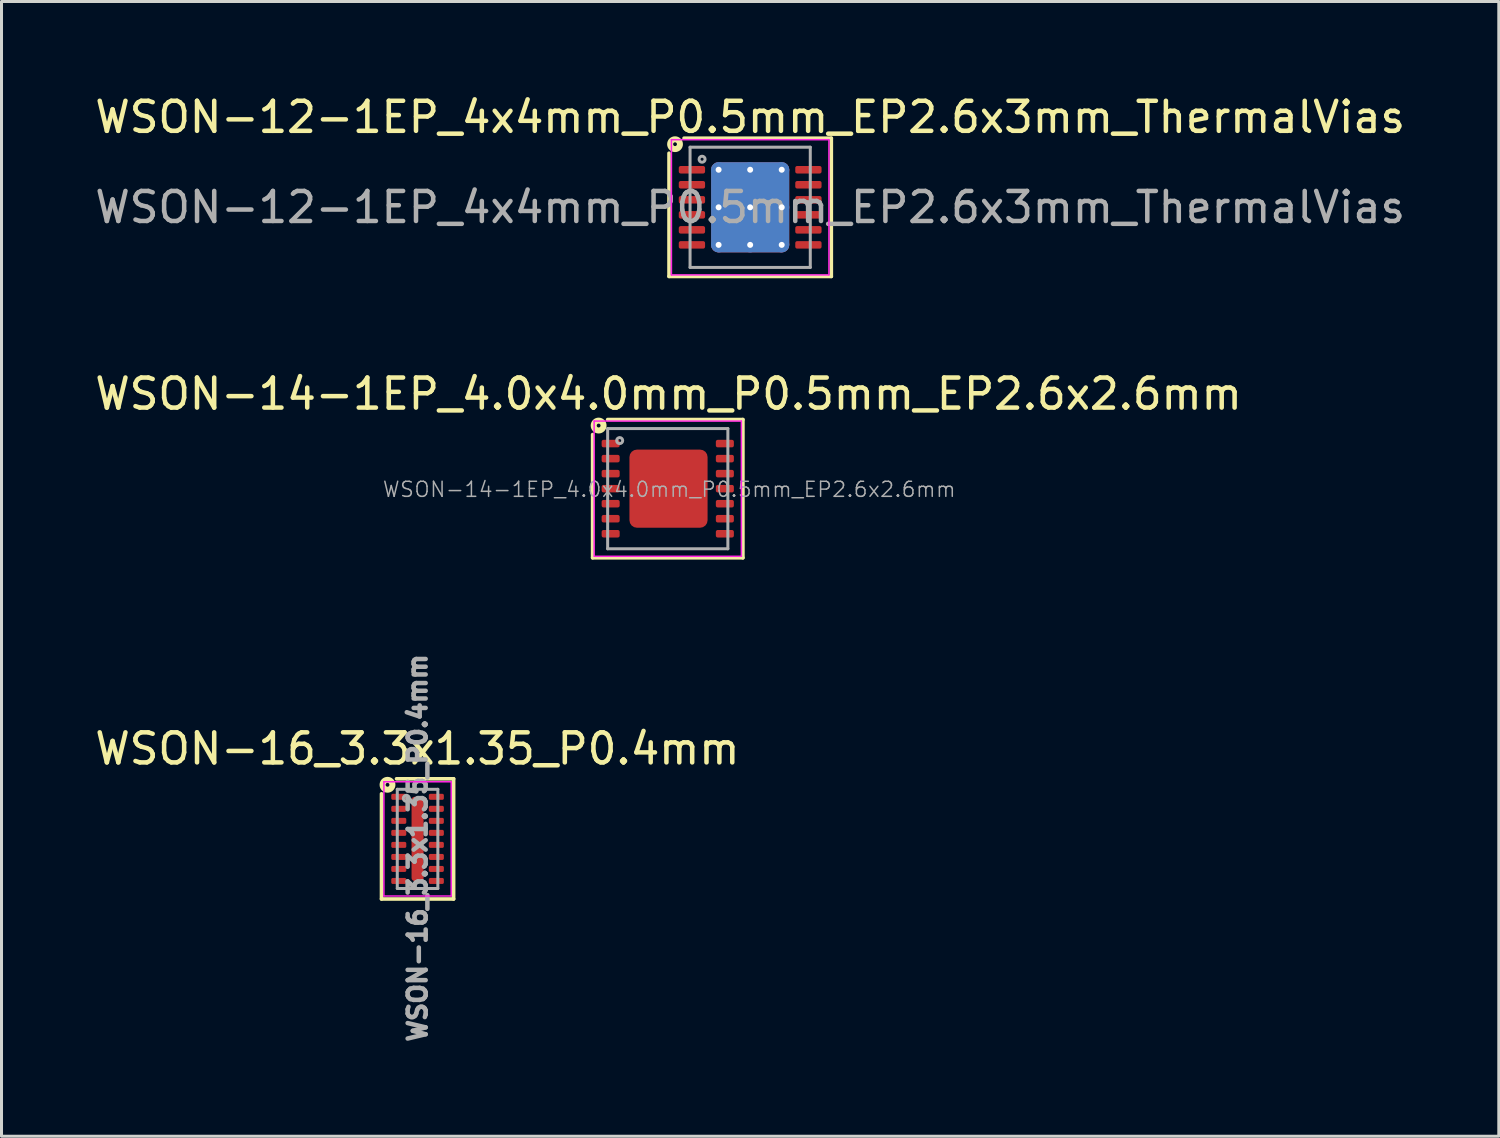
<source format=kicad_pcb>
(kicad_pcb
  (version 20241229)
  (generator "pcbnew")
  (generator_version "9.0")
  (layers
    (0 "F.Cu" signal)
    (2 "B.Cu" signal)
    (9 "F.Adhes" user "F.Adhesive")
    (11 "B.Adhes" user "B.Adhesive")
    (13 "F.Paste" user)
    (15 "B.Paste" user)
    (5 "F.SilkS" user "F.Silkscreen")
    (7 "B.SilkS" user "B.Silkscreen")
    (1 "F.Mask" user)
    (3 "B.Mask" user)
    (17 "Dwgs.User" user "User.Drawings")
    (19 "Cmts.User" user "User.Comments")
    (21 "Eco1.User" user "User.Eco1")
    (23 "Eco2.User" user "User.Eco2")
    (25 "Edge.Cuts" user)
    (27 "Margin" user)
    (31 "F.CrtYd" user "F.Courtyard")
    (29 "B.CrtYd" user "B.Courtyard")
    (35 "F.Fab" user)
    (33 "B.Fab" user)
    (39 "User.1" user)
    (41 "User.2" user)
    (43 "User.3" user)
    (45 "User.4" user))
  (footprint "WSON-16_3.3x1.35_P0.4mm"
    (layer "F.Cu")
    (at 10.844 24.863)
    (property "Reference" "WSON-16_3.3x1.35_P0.4mm" (at -0.005 -3 0) (layer "F.SilkS") (effects (font (size 1 1) (thickness 0.15))))
    (attr smd)
    (fp_line (start -1.2 2) (end -1.2 -1.5) (stroke (width 0.12) (type solid)) (layer "F.SilkS"))
    (fp_line (start -0.7 -2) (end 1.2 -2) (stroke (width 0.12) (type solid)) (layer "F.SilkS"))
    (fp_line (start 1.2 -2) (end 1.2 2) (stroke (width 0.12) (type solid)) (layer "F.SilkS"))
    (fp_line (start 1.2 2) (end -1.2 2) (stroke (width 0.12) (type solid)) (layer "F.SilkS"))
    (fp_circle (center -1 -1.8) (end -0.936 -1.8) (stroke (width 0.2) (type solid)) (fill no) (layer "F.SilkS"))
    (fp_line (start -1.12 -1.9) (end 1.12 -1.9) (stroke (width 0.05) (type solid)) (layer "F.CrtYd"))
    (fp_line (start -1.12 1.9) (end -1.12 -1.9) (stroke (width 0.05) (type solid)) (layer "F.CrtYd"))
    (fp_line (start 1.12 -1.9) (end 1.12 1.9) (stroke (width 0.05) (type solid)) (layer "F.CrtYd"))
    (fp_line (start 1.12 1.9) (end -1.12 1.9) (stroke (width 0.05) (type solid)) (layer "F.CrtYd"))
    (fp_line (start -0.675 -1.65) (end 0.675 -1.65) (stroke (width 0.1) (type solid)) (layer "F.Fab"))
    (fp_line (start -0.675 1.65) (end -0.675 -1.65) (stroke (width 0.1) (type solid)) (layer "F.Fab"))
    (fp_line (start 0.675 -1.65) (end 0.675 1.65) (stroke (width 0.1) (type solid)) (layer "F.Fab"))
    (fp_line (start 0.675 1.65) (end -0.675 1.65) (stroke (width 0.1) (type solid)) (layer "F.Fab"))
    (fp_circle (center -0.375 -1.35) (end -0.275 -1.35) (stroke (width 0.1) (type solid)) (fill no) (layer "F.Fab"))
    (fp_text user "${REFERENCE}" (at 0 0.3 90) (layer "F.Fab") (effects (font (size 0.6 0.6) (thickness 0.15))))
    (pad "" smd roundrect (at 0 -1.05 270) (size 0.6 0.35) (layers "F.Paste") (roundrect_rratio 0.25))
    (pad "" smd roundrect (at 0 -0.35 270) (size 0.6 0.35) (layers "F.Paste") (roundrect_rratio 0.25))
    (pad "" smd roundrect (at 0 0.35 270) (size 0.6 0.35) (layers "F.Paste") (roundrect_rratio 0.25))
    (pad "" smd roundrect (at 0 1.05 270) (size 0.6 0.35) (layers "F.Paste") (roundrect_rratio 0.25))
    (pad "1" smd roundrect (at -0.625 -1.4 270) (size 0.2 0.5) (layers "F.Cu" "F.Mask" "F.Paste") (roundrect_rratio 0.25))
    (pad "2" smd roundrect (at -0.625 -1 270) (size 0.2 0.5) (layers "F.Cu" "F.Mask" "F.Paste") (roundrect_rratio 0.25))
    (pad "3" smd roundrect (at -0.625 -0.6 270) (size 0.2 0.5) (layers "F.Cu" "F.Mask" "F.Paste") (roundrect_rratio 0.25))
    (pad "4" smd roundrect (at -0.625 -0.2 270) (size 0.2 0.5) (layers "F.Cu" "F.Mask" "F.Paste") (roundrect_rratio 0.25))
    (pad "5" smd roundrect (at -0.625 0.2 270) (size 0.2 0.5) (layers "F.Cu" "F.Mask" "F.Paste") (roundrect_rratio 0.25))
    (pad "6" smd roundrect (at -0.625 0.6 270) (size 0.2 0.5) (layers "F.Cu" "F.Mask" "F.Paste") (roundrect_rratio 0.25))
    (pad "7" smd roundrect (at -0.625 1 270) (size 0.2 0.5) (layers "F.Cu" "F.Mask" "F.Paste") (roundrect_rratio 0.25))
    (pad "8" smd roundrect (at -0.625 1.4 270) (size 0.2 0.5) (layers "F.Cu" "F.Mask" "F.Paste") (roundrect_rratio 0.25))
    (pad "9" smd roundrect (at 0.625 1.4 270) (size 0.2 0.5) (layers "F.Cu" "F.Mask" "F.Paste") (roundrect_rratio 0.25))
    (pad "10" smd roundrect (at 0.625 1 270) (size 0.2 0.5) (layers "F.Cu" "F.Mask" "F.Paste") (roundrect_rratio 0.25))
    (pad "11" smd roundrect (at 0.625 0.6 270) (size 0.2 0.5) (layers "F.Cu" "F.Mask" "F.Paste") (roundrect_rratio 0.25))
    (pad "12" smd roundrect (at 0.625 0.2 270) (size 0.2 0.5) (layers "F.Cu" "F.Mask" "F.Paste") (roundrect_rratio 0.25))
    (pad "13" smd roundrect (at 0.625 -0.2 270) (size 0.2 0.5) (layers "F.Cu" "F.Mask" "F.Paste") (roundrect_rratio 0.25))
    (pad "14" smd roundrect (at 0.625 -0.6 270) (size 0.2 0.5) (layers "F.Cu" "F.Mask" "F.Paste") (roundrect_rratio 0.25))
    (pad "15" smd roundrect (at 0.625 -1 270) (size 0.2 0.5) (layers "F.Cu" "F.Mask" "F.Paste") (roundrect_rratio 0.25))
    (pad "16" smd roundrect (at 0.625 -1.4 270) (size 0.2 0.5) (layers "F.Cu" "F.Mask" "F.Paste") (roundrect_rratio 0.25))
    (pad "17" smd roundrect (at 0 0 270) (size 2.8 0.4) (layers "F.Cu" "F.Mask") (roundrect_rratio 0.25)))
  (footprint "WSON-14-1EP_4.0x4.0mm_P0.5mm_EP2.6x2.6mm"
    (layer "F.Cu")
    (at 19.169 13.21)
    (property "Reference" "WSON-14-1EP_4.0x4.0mm_P0.5mm_EP2.6x2.6mm" (at 0.027 -3.153 0) (layer "F.SilkS") (effects (font (size 1 1) (thickness 0.15))))
    (attr smd)
    (fp_line (start -2.5 2.3) (end -2.5 -1.8) (stroke (width 0.12) (type solid)) (layer "F.SilkS"))
    (fp_line (start -2 -2.3) (end 2.5 -2.3) (stroke (width 0.12) (type solid)) (layer "F.SilkS"))
    (fp_line (start 2.5 -2.3) (end 2.5 2.3) (stroke (width 0.12) (type solid)) (layer "F.SilkS"))
    (fp_line (start 2.5 2.3) (end -2.5 2.3) (stroke (width 0.12) (type solid)) (layer "F.SilkS"))
    (fp_circle (center -2.3 -2.1) (end -2.236 -2.1) (stroke (width 0.2) (type solid)) (fill no) (layer "F.SilkS"))
    (fp_line (start -2.45 -2.25) (end 2.45 -2.25) (stroke (width 0.05) (type solid)) (layer "F.CrtYd"))
    (fp_line (start -2.45 2.25) (end -2.45 -2.25) (stroke (width 0.05) (type solid)) (layer "F.CrtYd"))
    (fp_line (start 2.45 -2.25) (end 2.45 2.25) (stroke (width 0.05) (type solid)) (layer "F.CrtYd"))
    (fp_line (start 2.45 2.25) (end -2.44 2.25) (stroke (width 0.05) (type solid)) (layer "F.CrtYd"))
    (fp_line (start -2 -2) (end -2 2) (stroke (width 0.1) (type solid)) (layer "F.Fab"))
    (fp_line (start -2 2) (end 2 2) (stroke (width 0.1) (type solid)) (layer "F.Fab"))
    (fp_line (start 2 -2) (end -2 -2) (stroke (width 0.1) (type solid)) (layer "F.Fab"))
    (fp_line (start 2 2) (end 2 -2) (stroke (width 0.1) (type solid)) (layer "F.Fab"))
    (fp_circle (center -1.6 -1.6) (end -1.5 -1.6) (stroke (width 0.1) (type solid)) (fill no) (layer "F.Fab"))
    (fp_text user "${REFERENCE}" (at 0.05 0.025 0) (layer "F.Fab") (effects (font (size 0.5 0.5) (thickness 0.05))))
    (pad "" smd roundrect (at -0.65 -0.65 270) (size 1.05 1.05) (layers "F.Paste") (roundrect_rratio 0.238))
    (pad "" smd roundrect (at -0.65 0.65 270) (size 1.05 1.05) (layers "F.Paste") (roundrect_rratio 0.238))
    (pad "" smd roundrect (at 0.65 -0.65 270) (size 1.05 1.05) (layers "F.Paste") (roundrect_rratio 0.238))
    (pad "" smd roundrect (at 0.65 0.65 270) (size 1.05 1.05) (layers "F.Paste") (roundrect_rratio 0.238))
    (pad "1" smd roundrect (at -1.9 -1.5 270) (size 0.25 0.6) (layers "F.Cu" "F.Mask" "F.Paste") (roundrect_rratio 0.25))
    (pad "2" smd roundrect (at -1.9 -1 270) (size 0.25 0.6) (layers "F.Cu" "F.Mask" "F.Paste") (roundrect_rratio 0.25))
    (pad "3" smd roundrect (at -1.9 -0.5 270) (size 0.25 0.6) (layers "F.Cu" "F.Mask" "F.Paste") (roundrect_rratio 0.25))
    (pad "4" smd roundrect (at -1.9 0 270) (size 0.25 0.6) (layers "F.Cu" "F.Mask" "F.Paste") (roundrect_rratio 0.25))
    (pad "5" smd roundrect (at -1.9 0.5 270) (size 0.25 0.6) (layers "F.Cu" "F.Mask" "F.Paste") (roundrect_rratio 0.25))
    (pad "6" smd roundrect (at -1.9 1 270) (size 0.25 0.6) (layers "F.Cu" "F.Mask" "F.Paste") (roundrect_rratio 0.25))
    (pad "7" smd roundrect (at -1.9 1.5 270) (size 0.25 0.6) (layers "F.Cu" "F.Mask" "F.Paste") (roundrect_rratio 0.25))
    (pad "8" smd roundrect (at 1.9 1.5 270) (size 0.25 0.6) (layers "F.Cu" "F.Mask" "F.Paste") (roundrect_rratio 0.25))
    (pad "9" smd roundrect (at 1.9 1 270) (size 0.25 0.6) (layers "F.Cu" "F.Mask" "F.Paste") (roundrect_rratio 0.25))
    (pad "10" smd roundrect (at 1.9 0.5 270) (size 0.25 0.6) (layers "F.Cu" "F.Mask" "F.Paste") (roundrect_rratio 0.25))
    (pad "11" smd roundrect (at 1.9 0 270) (size 0.25 0.6) (layers "F.Cu" "F.Mask" "F.Paste") (roundrect_rratio 0.25))
    (pad "12" smd roundrect (at 1.9 -0.5 270) (size 0.25 0.6) (layers "F.Cu" "F.Mask" "F.Paste") (roundrect_rratio 0.25))
    (pad "13" smd roundrect (at 1.9 -1 270) (size 0.25 0.6) (layers "F.Cu" "F.Mask" "F.Paste") (roundrect_rratio 0.25))
    (pad "14" smd roundrect (at 1.9 -1.5 270) (size 0.25 0.6) (layers "F.Cu" "F.Mask" "F.Paste") (roundrect_rratio 0.25))
    (pad "15" smd roundrect (at 0.025 0 270) (size 2.6 2.6) (layers "F.Cu" "F.Mask") (roundrect_rratio 0.096)))
  (footprint "WSON-12-1EP_4x4mm_P0.5mm_EP2.6x3mm_ThermalVias"
    (layer "F.Cu")
    (at 21.911 3.848)
    (property "Reference" "WSON-12-1EP_4x4mm_P0.5mm_EP2.6x3mm_ThermalVias" (at 0 -3 0) (layer "F.SilkS") (effects (font (size 1 1) (thickness 0.15))))
    (attr smd)
    (fp_line (start -2.7 2.3) (end -2.7 -1.8) (stroke (width 0.12) (type solid)) (layer "F.SilkS"))
    (fp_line (start -2.2 -2.3) (end 2.7 -2.3) (stroke (width 0.12) (type solid)) (layer "F.SilkS"))
    (fp_line (start 2.7 -2.3) (end 2.7 2.3) (stroke (width 0.12) (type solid)) (layer "F.SilkS"))
    (fp_line (start 2.7 2.3) (end -2.7 2.3) (stroke (width 0.12) (type solid)) (layer "F.SilkS"))
    (fp_circle (center -2.5 -2.1) (end -2.437 -2.1) (stroke (width 0.2) (type solid)) (fill no) (layer "F.SilkS"))
    (fp_line (start -2.62 -2.25) (end -2.62 2.25) (stroke (width 0.05) (type solid)) (layer "F.CrtYd"))
    (fp_line (start -2.62 2.25) (end 2.62 2.25) (stroke (width 0.05) (type solid)) (layer "F.CrtYd"))
    (fp_line (start 2.62 -2.25) (end -2.62 -2.25) (stroke (width 0.05) (type solid)) (layer "F.CrtYd"))
    (fp_line (start 2.62 2.25) (end 2.62 -2.25) (stroke (width 0.05) (type solid)) (layer "F.CrtYd"))
    (fp_line (start -2 -2) (end 2 -2) (stroke (width 0.1) (type solid)) (layer "F.Fab"))
    (fp_line (start -2 2) (end -2 -2) (stroke (width 0.1) (type solid)) (layer "F.Fab"))
    (fp_line (start 2 -2) (end 2 2) (stroke (width 0.1) (type solid)) (layer "F.Fab"))
    (fp_line (start 2 2) (end -2 2) (stroke (width 0.1) (type solid)) (layer "F.Fab"))
    (fp_circle (center -1.6 -1.6) (end -1.5 -1.6) (stroke (width 0.1) (type solid)) (fill no) (layer "F.Fab"))
    (fp_text user "${REFERENCE}" (at 0 0 0) (layer "F.Fab") (effects (font (size 1 1) (thickness 0.15))))
    (pad "" smd roundrect (at -0.65 -0.75) (size 1.13 1.3) (layers "F.Paste") (roundrect_rratio 0.221))
    (pad "" smd roundrect (at -0.65 0.75) (size 1.13 1.3) (layers "F.Paste") (roundrect_rratio 0.221))
    (pad "" smd roundrect (at 0.65 -0.75) (size 1.13 1.3) (layers "F.Paste") (roundrect_rratio 0.221))
    (pad "" smd roundrect (at 0.65 0.75) (size 1.13 1.3) (layers "F.Paste") (roundrect_rratio 0.221))
    (pad "1" smd roundrect (at -1.938 -1.25) (size 0.875 0.25) (layers "F.Cu" "F.Mask" "F.Paste") (roundrect_rratio 0.25))
    (pad "2" smd roundrect (at -1.938 -0.75) (size 0.875 0.25) (layers "F.Cu" "F.Mask" "F.Paste") (roundrect_rratio 0.25))
    (pad "3" smd roundrect (at -1.938 -0.25) (size 0.875 0.25) (layers "F.Cu" "F.Mask" "F.Paste") (roundrect_rratio 0.25))
    (pad "4" smd roundrect (at -1.938 0.25) (size 0.875 0.25) (layers "F.Cu" "F.Mask" "F.Paste") (roundrect_rratio 0.25))
    (pad "5" smd roundrect (at -1.938 0.75) (size 0.875 0.25) (layers "F.Cu" "F.Mask" "F.Paste") (roundrect_rratio 0.25))
    (pad "6" smd roundrect (at -1.938 1.25) (size 0.875 0.25) (layers "F.Cu" "F.Mask" "F.Paste") (roundrect_rratio 0.25))
    (pad "7" smd roundrect (at 1.938 1.25) (size 0.875 0.25) (layers "F.Cu" "F.Mask" "F.Paste") (roundrect_rratio 0.25))
    (pad "8" smd roundrect (at 1.938 0.75) (size 0.875 0.25) (layers "F.Cu" "F.Mask" "F.Paste") (roundrect_rratio 0.25))
    (pad "9" smd roundrect (at 1.938 0.25) (size 0.875 0.25) (layers "F.Cu" "F.Mask" "F.Paste") (roundrect_rratio 0.25))
    (pad "10" smd roundrect (at 1.938 -0.25) (size 0.875 0.25) (layers "F.Cu" "F.Mask" "F.Paste") (roundrect_rratio 0.25))
    (pad "11" smd roundrect (at 1.938 -0.75) (size 0.875 0.25) (layers "F.Cu" "F.Mask" "F.Paste") (roundrect_rratio 0.25))
    (pad "12" smd roundrect (at 1.938 -1.25) (size 0.875 0.25) (layers "F.Cu" "F.Mask" "F.Paste") (roundrect_rratio 0.25))
    (pad "13" thru_hole circle (at -1.05 -1.25) (size 0.5 0.5) (drill 0.2) (property pad_prop_heatsink) (layers "*.Cu"))
    (pad "13" thru_hole circle (at -1.05 0) (size 0.5 0.5) (drill 0.2) (property pad_prop_heatsink) (layers "*.Cu"))
    (pad "13" thru_hole circle (at -1.05 1.25) (size 0.5 0.5) (drill 0.2) (property pad_prop_heatsink) (layers "*.Cu"))
    (pad "13" thru_hole circle (at 0 -1.25) (size 0.5 0.5) (drill 0.2) (property pad_prop_heatsink) (layers "*.Cu"))
    (pad "13" thru_hole circle (at 0 0) (size 0.5 0.5) (drill 0.2) (property pad_prop_heatsink) (layers "*.Cu"))
    (pad "13" smd roundrect (at 0 0) (size 2.6 3) (layers "F.Cu" "F.Mask") (roundrect_rratio 0.096))
    (pad "13" smd roundrect (at 0 0) (size 2.6 3) (layers "B.Cu" "B.Mask") (roundrect_rratio 0.096))
    (pad "13" thru_hole circle (at 0 1.25) (size 0.5 0.5) (drill 0.2) (property pad_prop_heatsink) (layers "*.Cu"))
    (pad "13" thru_hole circle (at 1.05 -1.25) (size 0.5 0.5) (drill 0.2) (property pad_prop_heatsink) (layers "*.Cu"))
    (pad "13" thru_hole circle (at 1.05 0) (size 0.5 0.5) (drill 0.2) (property pad_prop_heatsink) (layers "*.Cu"))
    (pad "13" thru_hole circle (at 1.05 1.25) (size 0.5 0.5) (drill 0.2) (property pad_prop_heatsink) (layers "*.Cu")))
  (gr_rect
    (start -3 -3)
    (end 46.821 34.757)
    (stroke (width 0.1) (type default))
    (fill no)
    (layer "Edge.Cuts")))
</source>
